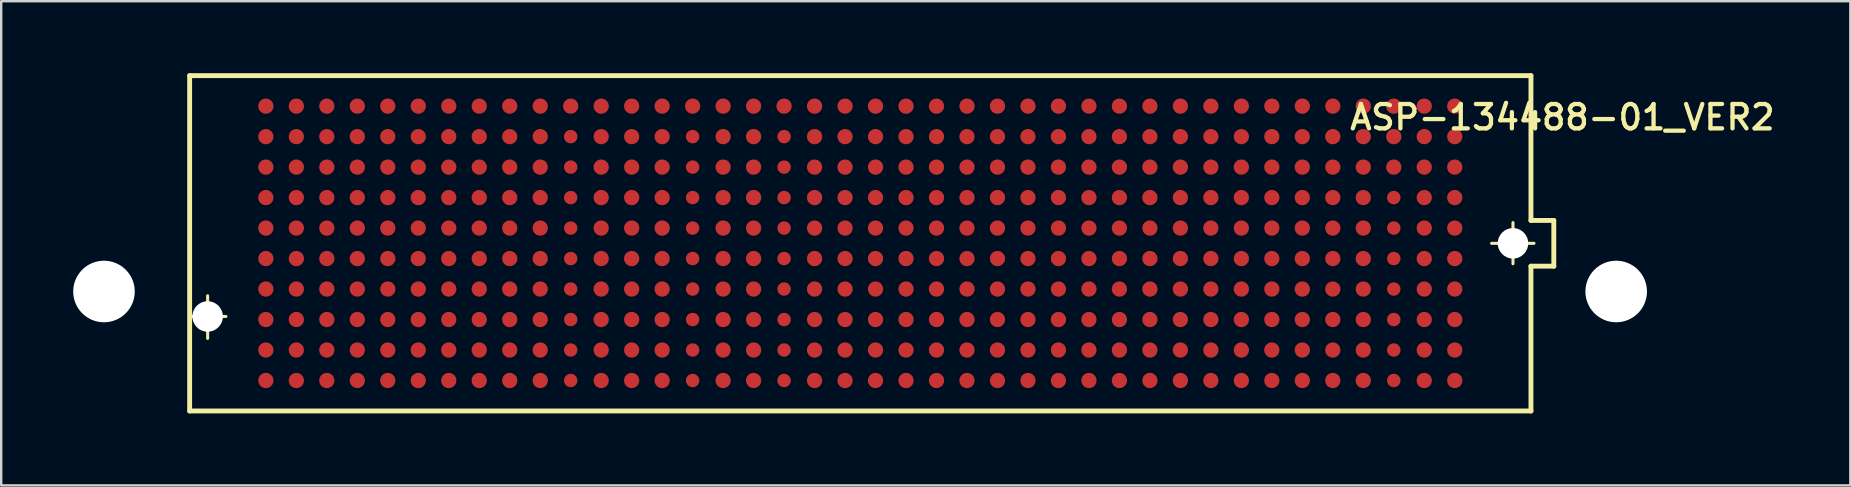
<source format=kicad_pcb>
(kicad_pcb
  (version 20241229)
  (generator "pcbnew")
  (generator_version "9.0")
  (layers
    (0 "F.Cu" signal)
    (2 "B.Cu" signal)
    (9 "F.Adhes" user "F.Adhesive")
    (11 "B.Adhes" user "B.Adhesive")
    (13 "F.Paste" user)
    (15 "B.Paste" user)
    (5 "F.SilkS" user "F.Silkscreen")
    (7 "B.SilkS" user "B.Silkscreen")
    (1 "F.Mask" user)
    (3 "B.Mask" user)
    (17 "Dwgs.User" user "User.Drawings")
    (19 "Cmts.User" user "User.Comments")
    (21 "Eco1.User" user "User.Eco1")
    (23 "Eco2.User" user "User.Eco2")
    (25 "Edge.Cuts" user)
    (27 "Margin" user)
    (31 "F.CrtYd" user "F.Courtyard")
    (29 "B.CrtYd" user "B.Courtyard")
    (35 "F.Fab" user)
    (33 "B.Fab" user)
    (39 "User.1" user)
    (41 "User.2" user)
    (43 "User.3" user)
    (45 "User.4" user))
  (footprint "ASP-134488-01_VER2"
    (layer "F.Cu")
    (at 32.791 7.087)
    (property "Reference" "ASP-134488-01_VER2" (at 29.25 -5.25 0) (layer "F.SilkS") (effects (font (size 1.016 1.016) (thickness 0.178))))
    (attr smd)
    (fp_line (start -27.94 -6.985) (end 27.94 -6.985) (stroke (width 0.203) (type solid)) (layer "F.SilkS"))
    (fp_line (start -27.94 6.985) (end -27.94 -6.985) (stroke (width 0.203) (type solid)) (layer "F.SilkS"))
    (fp_line (start -27.826 3.048) (end -26.429 3.048) (stroke (width 0.127) (type solid)) (layer "F.SilkS"))
    (fp_line (start -27.191 3.962) (end -27.191 2.184) (stroke (width 0.127) (type solid)) (layer "F.SilkS"))
    (fp_line (start 26.302 0) (end 28.067 0) (stroke (width 0.127) (type solid)) (layer "F.SilkS"))
    (fp_line (start 27.191 0.851) (end 27.191 -0.864) (stroke (width 0.127) (type solid)) (layer "F.SilkS"))
    (fp_line (start 27.94 -6.985) (end 27.94 -0.953) (stroke (width 0.203) (type solid)) (layer "F.SilkS"))
    (fp_line (start 27.94 -0.953) (end 28.892 -0.953) (stroke (width 0.203) (type solid)) (layer "F.SilkS"))
    (fp_line (start 27.94 0.953) (end 27.94 6.985) (stroke (width 0.203) (type solid)) (layer "F.SilkS"))
    (fp_line (start 27.94 6.985) (end -27.94 6.985) (stroke (width 0.203) (type solid)) (layer "F.SilkS"))
    (fp_line (start 28.892 -0.953) (end 28.892 0.953) (stroke (width 0.203) (type solid)) (layer "F.SilkS"))
    (fp_line (start 28.892 0.953) (end 27.94 0.953) (stroke (width 0.203) (type solid)) (layer "F.SilkS"))
    (fp_circle (center -27.191 3.048) (end -27.508 3.365) (stroke (width 0.127) (type solid)) (fill no) (layer "F.SilkS"))
    (fp_circle (center 27.191 0) (end 27.508 0.318) (stroke (width 0.127) (type solid)) (fill no) (layer "F.SilkS"))
    (pad "" np_thru_hole circle (at -31.509 2.007) (size 2.565 2.565) (drill 2.565) (layers "*.Cu" "*.Mask"))
    (pad "" np_thru_hole circle (at -27.191 3.048) (size 1.27 1.27) (drill 1.27) (layers "*.Cu" "*.Mask"))
    (pad "" np_thru_hole circle (at 27.191 0) (size 1.27 1.27) (drill 1.27) (layers "*.Cu" "*.Mask"))
    (pad "" np_thru_hole circle (at 31.491 2.007) (size 2.565 2.565) (drill 2.565) (layers "*.Cu" "*.Mask"))
    (pad "A1" smd circle (at 24.765 -5.715) (size 0.635 0.635) (layers "F.Cu" "F.Mask" "F.Paste"))
    (pad "A2" smd circle (at 23.495 -5.715) (size 0.635 0.635) (layers "F.Cu" "F.Mask" "F.Paste"))
    (pad "A3" smd circle (at 22.225 -5.715) (size 0.635 0.635) (layers "F.Cu" "F.Mask" "F.Paste"))
    (pad "A4" smd circle (at 20.955 -5.715) (size 0.635 0.635) (layers "F.Cu" "F.Mask" "F.Paste"))
    (pad "A5" smd circle (at 19.685 -5.715) (size 0.635 0.635) (layers "F.Cu" "F.Mask" "F.Paste"))
    (pad "A6" smd circle (at 18.415 -5.715) (size 0.635 0.635) (layers "F.Cu" "F.Mask" "F.Paste"))
    (pad "A7" smd circle (at 17.145 -5.715) (size 0.635 0.635) (layers "F.Cu" "F.Mask" "F.Paste"))
    (pad "A8" smd circle (at 15.875 -5.715) (size 0.635 0.635) (layers "F.Cu" "F.Mask" "F.Paste"))
    (pad "A9" smd circle (at 14.605 -5.715) (size 0.635 0.635) (layers "F.Cu" "F.Mask" "F.Paste"))
    (pad "A10" smd circle (at 13.335 -5.715) (size 0.635 0.635) (layers "F.Cu" "F.Mask" "F.Paste"))
    (pad "A11" smd circle (at 12.065 -5.715) (size 0.635 0.635) (layers "F.Cu" "F.Mask" "F.Paste"))
    (pad "A12" smd circle (at 10.795 -5.715) (size 0.635 0.635) (layers "F.Cu" "F.Mask" "F.Paste"))
    (pad "A13" smd circle (at 9.525 -5.715) (size 0.635 0.635) (layers "F.Cu" "F.Mask" "F.Paste"))
    (pad "A14" smd circle (at 8.255 -5.715) (size 0.635 0.635) (layers "F.Cu" "F.Mask" "F.Paste"))
    (pad "A15" smd circle (at 6.985 -5.715) (size 0.635 0.635) (layers "F.Cu" "F.Mask" "F.Paste"))
    (pad "A16" smd circle (at 5.715 -5.715) (size 0.635 0.635) (layers "F.Cu" "F.Mask" "F.Paste"))
    (pad "A17" smd circle (at 4.445 -5.715) (size 0.635 0.635) (layers "F.Cu" "F.Mask" "F.Paste"))
    (pad "A18" smd circle (at 3.175 -5.715) (size 0.635 0.635) (layers "F.Cu" "F.Mask" "F.Paste"))
    (pad "A19" smd circle (at 1.905 -5.715) (size 0.635 0.635) (layers "F.Cu" "F.Mask" "F.Paste"))
    (pad "A20" smd circle (at 0.635 -5.715) (size 0.635 0.635) (layers "F.Cu" "F.Mask" "F.Paste"))
    (pad "A21" smd circle (at -0.635 -5.715) (size 0.635 0.635) (layers "F.Cu" "F.Mask" "F.Paste"))
    (pad "A22" smd circle (at -1.905 -5.715) (size 0.635 0.635) (layers "F.Cu" "F.Mask" "F.Paste"))
    (pad "A23" smd circle (at -3.175 -5.715) (size 0.635 0.635) (layers "F.Cu" "F.Mask" "F.Paste"))
    (pad "A24" smd circle (at -4.445 -5.715) (size 0.635 0.635) (layers "F.Cu" "F.Mask" "F.Paste"))
    (pad "A25" smd circle (at -5.715 -5.715) (size 0.635 0.635) (layers "F.Cu" "F.Mask" "F.Paste"))
    (pad "A26" smd circle (at -6.985 -5.715) (size 0.635 0.635) (layers "F.Cu" "F.Mask" "F.Paste"))
    (pad "A27" smd circle (at -8.255 -5.715) (size 0.635 0.635) (layers "F.Cu" "F.Mask" "F.Paste"))
    (pad "A28" smd circle (at -9.525 -5.715) (size 0.635 0.635) (layers "F.Cu" "F.Mask" "F.Paste"))
    (pad "A29" smd circle (at -10.795 -5.715) (size 0.635 0.635) (layers "F.Cu" "F.Mask" "F.Paste"))
    (pad "A30" smd circle (at -12.065 -5.715) (size 0.635 0.635) (layers "F.Cu" "F.Mask" "F.Paste"))
    (pad "A31" smd circle (at -13.335 -5.715) (size 0.635 0.635) (layers "F.Cu" "F.Mask" "F.Paste"))
    (pad "A32" smd circle (at -14.605 -5.715) (size 0.635 0.635) (layers "F.Cu" "F.Mask" "F.Paste"))
    (pad "A33" smd circle (at -15.875 -5.715) (size 0.635 0.635) (layers "F.Cu" "F.Mask" "F.Paste"))
    (pad "A34" smd circle (at -17.145 -5.715) (size 0.635 0.635) (layers "F.Cu" "F.Mask" "F.Paste"))
    (pad "A35" smd circle (at -18.415 -5.715) (size 0.635 0.635) (layers "F.Cu" "F.Mask" "F.Paste"))
    (pad "A36" smd circle (at -19.685 -5.715) (size 0.635 0.635) (layers "F.Cu" "F.Mask" "F.Paste"))
    (pad "A37" smd circle (at -20.955 -5.715) (size 0.635 0.635) (layers "F.Cu" "F.Mask" "F.Paste"))
    (pad "A38" smd circle (at -22.225 -5.715) (size 0.635 0.635) (layers "F.Cu" "F.Mask" "F.Paste"))
    (pad "A39" smd circle (at -23.495 -5.715) (size 0.635 0.635) (layers "F.Cu" "F.Mask" "F.Paste"))
    (pad "A40" smd circle (at -24.765 -5.715) (size 0.635 0.635) (layers "F.Cu" "F.Mask" "F.Paste"))
    (pad "B1" smd circle (at 24.765 -4.445) (size 0.635 0.635) (layers "F.Cu" "F.Mask" "F.Paste"))
    (pad "B2" smd circle (at 23.495 -4.445) (size 0.635 0.635) (layers "F.Cu" "F.Mask" "F.Paste"))
    (pad "B3" smd circle (at 22.225 -4.445) (size 0.635 0.635) (layers "F.Cu" "F.Mask" "F.Paste"))
    (pad "B4" smd circle (at 20.955 -4.445) (size 0.635 0.635) (layers "F.Cu" "F.Mask" "F.Paste"))
    (pad "B5" smd circle (at 19.685 -4.445) (size 0.635 0.635) (layers "F.Cu" "F.Mask" "F.Paste"))
    (pad "B6" smd circle (at 18.415 -4.445) (size 0.635 0.635) (layers "F.Cu" "F.Mask" "F.Paste"))
    (pad "B7" smd circle (at 17.145 -4.445) (size 0.635 0.635) (layers "F.Cu" "F.Mask" "F.Paste"))
    (pad "B8" smd circle (at 15.875 -4.445) (size 0.635 0.635) (layers "F.Cu" "F.Mask" "F.Paste"))
    (pad "B9" smd circle (at 14.605 -4.445) (size 0.635 0.635) (layers "F.Cu" "F.Mask" "F.Paste"))
    (pad "B10" smd circle (at 13.335 -4.445) (size 0.635 0.635) (layers "F.Cu" "F.Mask" "F.Paste"))
    (pad "B11" smd circle (at 12.065 -4.445) (size 0.635 0.635) (layers "F.Cu" "F.Mask" "F.Paste"))
    (pad "B12" smd circle (at 10.795 -4.445) (size 0.635 0.635) (layers "F.Cu" "F.Mask" "F.Paste"))
    (pad "B13" smd circle (at 9.525 -4.445) (size 0.635 0.635) (layers "F.Cu" "F.Mask" "F.Paste"))
    (pad "B14" smd circle (at 8.255 -4.445) (size 0.635 0.635) (layers "F.Cu" "F.Mask" "F.Paste"))
    (pad "B15" smd circle (at 6.985 -4.445) (size 0.635 0.635) (layers "F.Cu" "F.Mask" "F.Paste"))
    (pad "B16" smd circle (at 5.715 -4.445) (size 0.635 0.635) (layers "F.Cu" "F.Mask" "F.Paste"))
    (pad "B17" smd circle (at 4.445 -4.445) (size 0.635 0.635) (layers "F.Cu" "F.Mask" "F.Paste"))
    (pad "B18" smd circle (at 3.175 -4.445) (size 0.635 0.635) (layers "F.Cu" "F.Mask" "F.Paste"))
    (pad "B19" smd circle (at 1.905 -4.445) (size 0.635 0.635) (layers "F.Cu" "F.Mask" "F.Paste"))
    (pad "B20" smd circle (at 0.635 -4.445) (size 0.635 0.635) (layers "F.Cu" "F.Mask" "F.Paste"))
    (pad "B21" smd circle (at -0.635 -4.445) (size 0.635 0.635) (layers "F.Cu" "F.Mask" "F.Paste"))
    (pad "B22" smd circle (at -1.905 -4.445) (size 0.635 0.635) (layers "F.Cu" "F.Mask" "F.Paste"))
    (pad "B23" smd circle (at -3.175 -4.445) (size 0.559 0.559) (layers "F.Cu" "F.Mask" "F.Paste"))
    (pad "B24" smd circle (at -4.445 -4.445) (size 0.635 0.635) (layers "F.Cu" "F.Mask" "F.Paste"))
    (pad "B25" smd circle (at -5.715 -4.445) (size 0.635 0.635) (layers "F.Cu" "F.Mask" "F.Paste"))
    (pad "B26" smd circle (at -6.985 -4.445) (size 0.559 0.559) (layers "F.Cu" "F.Mask" "F.Paste"))
    (pad "B27" smd circle (at -8.255 -4.445) (size 0.635 0.635) (layers "F.Cu" "F.Mask" "F.Paste"))
    (pad "B28" smd circle (at -9.525 -4.445) (size 0.635 0.635) (layers "F.Cu" "F.Mask" "F.Paste"))
    (pad "B29" smd circle (at -10.795 -4.445) (size 0.635 0.635) (layers "F.Cu" "F.Mask" "F.Paste"))
    (pad "B30" smd circle (at -12.065 -4.445) (size 0.559 0.559) (layers "F.Cu" "F.Mask" "F.Paste"))
    (pad "B31" smd circle (at -13.335 -4.445) (size 0.635 0.635) (layers "F.Cu" "F.Mask" "F.Paste"))
    (pad "B32" smd circle (at -14.605 -4.445) (size 0.635 0.635) (layers "F.Cu" "F.Mask" "F.Paste"))
    (pad "B33" smd circle (at -15.875 -4.445) (size 0.635 0.635) (layers "F.Cu" "F.Mask" "F.Paste"))
    (pad "B34" smd circle (at -17.145 -4.445) (size 0.635 0.635) (layers "F.Cu" "F.Mask" "F.Paste"))
    (pad "B35" smd circle (at -18.415 -4.445) (size 0.635 0.635) (layers "F.Cu" "F.Mask" "F.Paste"))
    (pad "B36" smd circle (at -19.685 -4.445) (size 0.635 0.635) (layers "F.Cu" "F.Mask" "F.Paste"))
    (pad "B37" smd circle (at -20.955 -4.445) (size 0.635 0.635) (layers "F.Cu" "F.Mask" "F.Paste"))
    (pad "B38" smd circle (at -22.225 -4.445) (size 0.635 0.635) (layers "F.Cu" "F.Mask" "F.Paste"))
    (pad "B39" smd circle (at -23.495 -4.445) (size 0.635 0.635) (layers "F.Cu" "F.Mask" "F.Paste"))
    (pad "B40" smd circle (at -24.765 -4.445) (size 0.635 0.635) (layers "F.Cu" "F.Mask" "F.Paste"))
    (pad "C1" smd circle (at 24.765 -3.175) (size 0.635 0.635) (layers "F.Cu" "F.Mask" "F.Paste"))
    (pad "C2" smd circle (at 23.495 -3.175) (size 0.635 0.635) (layers "F.Cu" "F.Mask" "F.Paste"))
    (pad "C3" smd circle (at 22.225 -3.175) (size 0.635 0.635) (layers "F.Cu" "F.Mask" "F.Paste"))
    (pad "C4" smd circle (at 20.955 -3.175) (size 0.635 0.635) (layers "F.Cu" "F.Mask" "F.Paste"))
    (pad "C5" smd circle (at 19.685 -3.175) (size 0.635 0.635) (layers "F.Cu" "F.Mask" "F.Paste"))
    (pad "C6" smd circle (at 18.415 -3.175) (size 0.635 0.635) (layers "F.Cu" "F.Mask" "F.Paste"))
    (pad "C7" smd circle (at 17.145 -3.175) (size 0.635 0.635) (layers "F.Cu" "F.Mask" "F.Paste"))
    (pad "C8" smd circle (at 15.875 -3.175) (size 0.635 0.635) (layers "F.Cu" "F.Mask" "F.Paste"))
    (pad "C9" smd circle (at 14.605 -3.175) (size 0.635 0.635) (layers "F.Cu" "F.Mask" "F.Paste"))
    (pad "C10" smd circle (at 13.335 -3.175) (size 0.635 0.635) (layers "F.Cu" "F.Mask" "F.Paste"))
    (pad "C11" smd circle (at 12.065 -3.175) (size 0.635 0.635) (layers "F.Cu" "F.Mask" "F.Paste"))
    (pad "C12" smd circle (at 10.795 -3.175) (size 0.635 0.635) (layers "F.Cu" "F.Mask" "F.Paste"))
    (pad "C13" smd circle (at 9.525 -3.175) (size 0.635 0.635) (layers "F.Cu" "F.Mask" "F.Paste"))
    (pad "C14" smd circle (at 8.255 -3.175) (size 0.635 0.635) (layers "F.Cu" "F.Mask" "F.Paste"))
    (pad "C15" smd circle (at 6.985 -3.175) (size 0.635 0.635) (layers "F.Cu" "F.Mask" "F.Paste"))
    (pad "C16" smd circle (at 5.715 -3.175) (size 0.635 0.635) (layers "F.Cu" "F.Mask" "F.Paste"))
    (pad "C17" smd circle (at 4.445 -3.175) (size 0.635 0.635) (layers "F.Cu" "F.Mask" "F.Paste"))
    (pad "C18" smd circle (at 3.175 -3.175) (size 0.635 0.635) (layers "F.Cu" "F.Mask" "F.Paste"))
    (pad "C19" smd circle (at 1.905 -3.175) (size 0.635 0.635) (layers "F.Cu" "F.Mask" "F.Paste"))
    (pad "C20" smd circle (at 0.635 -3.175) (size 0.635 0.635) (layers "F.Cu" "F.Mask" "F.Paste"))
    (pad "C21" smd circle (at -0.635 -3.175) (size 0.635 0.635) (layers "F.Cu" "F.Mask" "F.Paste"))
    (pad "C22" smd circle (at -1.905 -3.175) (size 0.635 0.635) (layers "F.Cu" "F.Mask" "F.Paste"))
    (pad "C23" smd circle (at -3.175 -3.175) (size 0.559 0.559) (layers "F.Cu" "F.Mask" "F.Paste"))
    (pad "C24" smd circle (at -4.445 -3.175) (size 0.635 0.635) (layers "F.Cu" "F.Mask" "F.Paste"))
    (pad "C25" smd circle (at -5.715 -3.175) (size 0.635 0.635) (layers "F.Cu" "F.Mask" "F.Paste"))
    (pad "C26" smd circle (at -6.985 -3.175) (size 0.559 0.559) (layers "F.Cu" "F.Mask" "F.Paste"))
    (pad "C27" smd circle (at -8.255 -3.175) (size 0.635 0.635) (layers "F.Cu" "F.Mask" "F.Paste"))
    (pad "C28" smd circle (at -9.525 -3.175) (size 0.635 0.635) (layers "F.Cu" "F.Mask" "F.Paste"))
    (pad "C29" smd circle (at -10.795 -3.175) (size 0.635 0.635) (layers "F.Cu" "F.Mask" "F.Paste"))
    (pad "C30" smd circle (at -12.065 -3.175) (size 0.559 0.559) (layers "F.Cu" "F.Mask" "F.Paste"))
    (pad "C31" smd circle (at -13.335 -3.175) (size 0.635 0.635) (layers "F.Cu" "F.Mask" "F.Paste"))
    (pad "C32" smd circle (at -14.605 -3.175) (size 0.635 0.635) (layers "F.Cu" "F.Mask" "F.Paste"))
    (pad "C33" smd circle (at -15.875 -3.175) (size 0.635 0.635) (layers "F.Cu" "F.Mask" "F.Paste"))
    (pad "C34" smd circle (at -17.145 -3.175) (size 0.635 0.635) (layers "F.Cu" "F.Mask" "F.Paste"))
    (pad "C35" smd circle (at -18.415 -3.175) (size 0.635 0.635) (layers "F.Cu" "F.Mask" "F.Paste"))
    (pad "C36" smd circle (at -19.685 -3.175) (size 0.635 0.635) (layers "F.Cu" "F.Mask" "F.Paste"))
    (pad "C37" smd circle (at -20.955 -3.175) (size 0.635 0.635) (layers "F.Cu" "F.Mask" "F.Paste"))
    (pad "C38" smd circle (at -22.225 -3.175) (size 0.635 0.635) (layers "F.Cu" "F.Mask" "F.Paste"))
    (pad "C39" smd circle (at -23.495 -3.175) (size 0.635 0.635) (layers "F.Cu" "F.Mask" "F.Paste"))
    (pad "C40" smd circle (at -24.765 -3.175) (size 0.635 0.635) (layers "F.Cu" "F.Mask" "F.Paste"))
    (pad "D1" smd circle (at 24.765 -1.905) (size 0.635 0.635) (layers "F.Cu" "F.Mask" "F.Paste"))
    (pad "D2" smd circle (at 23.495 -1.905) (size 0.635 0.635) (layers "F.Cu" "F.Mask" "F.Paste"))
    (pad "D3" smd circle (at 22.225 -1.905) (size 0.559 0.559) (layers "F.Cu" "F.Mask" "F.Paste"))
    (pad "D4" smd circle (at 20.955 -1.905) (size 0.635 0.635) (layers "F.Cu" "F.Mask" "F.Paste"))
    (pad "D5" smd circle (at 19.685 -1.905) (size 0.635 0.635) (layers "F.Cu" "F.Mask" "F.Paste"))
    (pad "D6" smd circle (at 18.415 -1.905) (size 0.635 0.635) (layers "F.Cu" "F.Mask" "F.Paste"))
    (pad "D7" smd circle (at 17.145 -1.905) (size 0.635 0.635) (layers "F.Cu" "F.Mask" "F.Paste"))
    (pad "D8" smd circle (at 15.875 -1.905) (size 0.635 0.635) (layers "F.Cu" "F.Mask" "F.Paste"))
    (pad "D9" smd circle (at 14.605 -1.905) (size 0.635 0.635) (layers "F.Cu" "F.Mask" "F.Paste"))
    (pad "D10" smd circle (at 13.335 -1.905) (size 0.635 0.635) (layers "F.Cu" "F.Mask" "F.Paste"))
    (pad "D11" smd circle (at 12.065 -1.905) (size 0.635 0.635) (layers "F.Cu" "F.Mask" "F.Paste"))
    (pad "D12" smd circle (at 10.795 -1.905) (size 0.635 0.635) (layers "F.Cu" "F.Mask" "F.Paste"))
    (pad "D13" smd circle (at 9.525 -1.905) (size 0.635 0.635) (layers "F.Cu" "F.Mask" "F.Paste"))
    (pad "D14" smd circle (at 8.255 -1.905) (size 0.635 0.635) (layers "F.Cu" "F.Mask" "F.Paste"))
    (pad "D15" smd circle (at 6.985 -1.905) (size 0.635 0.635) (layers "F.Cu" "F.Mask" "F.Paste"))
    (pad "D16" smd circle (at 5.715 -1.905) (size 0.635 0.635) (layers "F.Cu" "F.Mask" "F.Paste"))
    (pad "D17" smd circle (at 4.445 -1.905) (size 0.635 0.635) (layers "F.Cu" "F.Mask" "F.Paste"))
    (pad "D18" smd circle (at 3.175 -1.905) (size 0.635 0.635) (layers "F.Cu" "F.Mask" "F.Paste"))
    (pad "D19" smd circle (at 1.905 -1.905) (size 0.635 0.635) (layers "F.Cu" "F.Mask" "F.Paste"))
    (pad "D20" smd circle (at 0.635 -1.905) (size 0.635 0.635) (layers "F.Cu" "F.Mask" "F.Paste"))
    (pad "D21" smd circle (at -0.635 -1.905) (size 0.635 0.635) (layers "F.Cu" "F.Mask" "F.Paste"))
    (pad "D22" smd circle (at -1.905 -1.905) (size 0.635 0.635) (layers "F.Cu" "F.Mask" "F.Paste"))
    (pad "D23" smd circle (at -3.175 -1.905) (size 0.559 0.559) (layers "F.Cu" "F.Mask" "F.Paste"))
    (pad "D24" smd circle (at -4.445 -1.905) (size 0.635 0.635) (layers "F.Cu" "F.Mask" "F.Paste"))
    (pad "D25" smd circle (at -5.715 -1.905) (size 0.635 0.635) (layers "F.Cu" "F.Mask" "F.Paste"))
    (pad "D26" smd circle (at -6.985 -1.905) (size 0.559 0.559) (layers "F.Cu" "F.Mask" "F.Paste"))
    (pad "D27" smd circle (at -8.255 -1.905) (size 0.635 0.635) (layers "F.Cu" "F.Mask" "F.Paste"))
    (pad "D28" smd circle (at -9.525 -1.905) (size 0.635 0.635) (layers "F.Cu" "F.Mask" "F.Paste"))
    (pad "D29" smd circle (at -10.795 -1.905) (size 0.635 0.635) (layers "F.Cu" "F.Mask" "F.Paste"))
    (pad "D30" smd circle (at -12.065 -1.905) (size 0.559 0.559) (layers "F.Cu" "F.Mask" "F.Paste"))
    (pad "D31" smd circle (at -13.335 -1.905) (size 0.635 0.635) (layers "F.Cu" "F.Mask" "F.Paste"))
    (pad "D32" smd circle (at -14.605 -1.905) (size 0.635 0.635) (layers "F.Cu" "F.Mask" "F.Paste"))
    (pad "D33" smd circle (at -15.875 -1.905) (size 0.635 0.635) (layers "F.Cu" "F.Mask" "F.Paste"))
    (pad "D34" smd circle (at -17.145 -1.905) (size 0.635 0.635) (layers "F.Cu" "F.Mask" "F.Paste"))
    (pad "D35" smd circle (at -18.415 -1.905) (size 0.635 0.635) (layers "F.Cu" "F.Mask" "F.Paste"))
    (pad "D36" smd circle (at -19.685 -1.905) (size 0.635 0.635) (layers "F.Cu" "F.Mask" "F.Paste"))
    (pad "D37" smd circle (at -20.955 -1.905) (size 0.635 0.635) (layers "F.Cu" "F.Mask" "F.Paste"))
    (pad "D38" smd circle (at -22.225 -1.905) (size 0.635 0.635) (layers "F.Cu" "F.Mask" "F.Paste"))
    (pad "D39" smd circle (at -23.495 -1.905) (size 0.635 0.635) (layers "F.Cu" "F.Mask" "F.Paste"))
    (pad "D40" smd circle (at -24.765 -1.905) (size 0.635 0.635) (layers "F.Cu" "F.Mask" "F.Paste"))
    (pad "E1" smd circle (at 24.765 -0.635) (size 0.635 0.635) (layers "F.Cu" "F.Mask" "F.Paste"))
    (pad "E2" smd circle (at 23.495 -0.635) (size 0.635 0.635) (layers "F.Cu" "F.Mask" "F.Paste"))
    (pad "E3" smd circle (at 22.225 -0.635 90) (size 0.559 0.559) (layers "F.Cu" "F.Mask" "F.Paste"))
    (pad "E4" smd circle (at 20.955 -0.635) (size 0.635 0.635) (layers "F.Cu" "F.Mask" "F.Paste"))
    (pad "E5" smd circle (at 19.685 -0.635) (size 0.635 0.635) (layers "F.Cu" "F.Mask" "F.Paste"))
    (pad "E6" smd circle (at 18.415 -0.635) (size 0.635 0.635) (layers "F.Cu" "F.Mask" "F.Paste"))
    (pad "E7" smd circle (at 17.145 -0.635) (size 0.635 0.635) (layers "F.Cu" "F.Mask" "F.Paste"))
    (pad "E8" smd circle (at 15.875 -0.635) (size 0.635 0.635) (layers "F.Cu" "F.Mask" "F.Paste"))
    (pad "E9" smd circle (at 14.605 -0.635) (size 0.635 0.635) (layers "F.Cu" "F.Mask" "F.Paste"))
    (pad "E10" smd circle (at 13.335 -0.635) (size 0.635 0.635) (layers "F.Cu" "F.Mask" "F.Paste"))
    (pad "E11" smd circle (at 12.065 -0.635) (size 0.635 0.635) (layers "F.Cu" "F.Mask" "F.Paste"))
    (pad "E12" smd circle (at 10.795 -0.635) (size 0.635 0.635) (layers "F.Cu" "F.Mask" "F.Paste"))
    (pad "E13" smd circle (at 9.525 -0.635) (size 0.635 0.635) (layers "F.Cu" "F.Mask" "F.Paste"))
    (pad "E14" smd circle (at 8.255 -0.635) (size 0.635 0.635) (layers "F.Cu" "F.Mask" "F.Paste"))
    (pad "E15" smd circle (at 6.985 -0.635) (size 0.635 0.635) (layers "F.Cu" "F.Mask" "F.Paste"))
    (pad "E16" smd circle (at 5.715 -0.635) (size 0.635 0.635) (layers "F.Cu" "F.Mask" "F.Paste"))
    (pad "E17" smd circle (at 4.445 -0.635) (size 0.635 0.635) (layers "F.Cu" "F.Mask" "F.Paste"))
    (pad "E18" smd circle (at 3.175 -0.635) (size 0.635 0.635) (layers "F.Cu" "F.Mask" "F.Paste"))
    (pad "E19" smd circle (at 1.905 -0.635) (size 0.635 0.635) (layers "F.Cu" "F.Mask" "F.Paste"))
    (pad "E20" smd circle (at 0.635 -0.635) (size 0.635 0.635) (layers "F.Cu" "F.Mask" "F.Paste"))
    (pad "E21" smd circle (at -0.635 -0.635) (size 0.635 0.635) (layers "F.Cu" "F.Mask" "F.Paste"))
    (pad "E22" smd circle (at -1.905 -0.635) (size 0.635 0.635) (layers "F.Cu" "F.Mask" "F.Paste"))
    (pad "E23" smd circle (at -3.175 -0.635) (size 0.559 0.559) (layers "F.Cu" "F.Mask" "F.Paste"))
    (pad "E24" smd circle (at -4.445 -0.635) (size 0.635 0.635) (layers "F.Cu" "F.Mask" "F.Paste"))
    (pad "E25" smd circle (at -5.715 -0.635) (size 0.635 0.635) (layers "F.Cu" "F.Mask" "F.Paste"))
    (pad "E26" smd circle (at -6.985 -0.635) (size 0.559 0.559) (layers "F.Cu" "F.Mask" "F.Paste"))
    (pad "E27" smd circle (at -8.255 -0.635) (size 0.635 0.635) (layers "F.Cu" "F.Mask" "F.Paste"))
    (pad "E28" smd circle (at -9.525 -0.635) (size 0.635 0.635) (layers "F.Cu" "F.Mask" "F.Paste"))
    (pad "E29" smd circle (at -10.795 -0.635) (size 0.635 0.635) (layers "F.Cu" "F.Mask" "F.Paste"))
    (pad "E30" smd circle (at -12.065 -0.635) (size 0.559 0.559) (layers "F.Cu" "F.Mask" "F.Paste"))
    (pad "E31" smd circle (at -13.335 -0.635) (size 0.635 0.635) (layers "F.Cu" "F.Mask" "F.Paste"))
    (pad "E32" smd circle (at -14.605 -0.635) (size 0.635 0.635) (layers "F.Cu" "F.Mask" "F.Paste"))
    (pad "E33" smd circle (at -15.875 -0.635) (size 0.635 0.635) (layers "F.Cu" "F.Mask" "F.Paste"))
    (pad "E34" smd circle (at -17.145 -0.635) (size 0.635 0.635) (layers "F.Cu" "F.Mask" "F.Paste"))
    (pad "E35" smd circle (at -18.415 -0.635) (size 0.635 0.635) (layers "F.Cu" "F.Mask" "F.Paste"))
    (pad "E36" smd circle (at -19.685 -0.635) (size 0.635 0.635) (layers "F.Cu" "F.Mask" "F.Paste"))
    (pad "E37" smd circle (at -20.955 -0.635) (size 0.635 0.635) (layers "F.Cu" "F.Mask" "F.Paste"))
    (pad "E38" smd circle (at -22.225 -0.635) (size 0.635 0.635) (layers "F.Cu" "F.Mask" "F.Paste"))
    (pad "E39" smd circle (at -23.495 -0.635) (size 0.635 0.635) (layers "F.Cu" "F.Mask" "F.Paste"))
    (pad "E40" smd circle (at -24.765 -0.635) (size 0.635 0.635) (layers "F.Cu" "F.Mask" "F.Paste"))
    (pad "F1" smd circle (at 24.765 0.635) (size 0.635 0.635) (layers "F.Cu" "F.Mask" "F.Paste"))
    (pad "F2" smd circle (at 23.495 0.635) (size 0.635 0.635) (layers "F.Cu" "F.Mask" "F.Paste"))
    (pad "F3" smd circle (at 22.225 0.635) (size 0.559 0.559) (layers "F.Cu" "F.Mask" "F.Paste"))
    (pad "F4" smd circle (at 20.955 0.635) (size 0.635 0.635) (layers "F.Cu" "F.Mask" "F.Paste"))
    (pad "F5" smd circle (at 19.685 0.635) (size 0.635 0.635) (layers "F.Cu" "F.Mask" "F.Paste"))
    (pad "F6" smd circle (at 18.415 0.635) (size 0.635 0.635) (layers "F.Cu" "F.Mask" "F.Paste"))
    (pad "F7" smd circle (at 17.145 0.635) (size 0.635 0.635) (layers "F.Cu" "F.Mask" "F.Paste"))
    (pad "F8" smd circle (at 15.875 0.635) (size 0.635 0.635) (layers "F.Cu" "F.Mask" "F.Paste"))
    (pad "F9" smd circle (at 14.605 0.635) (size 0.635 0.635) (layers "F.Cu" "F.Mask" "F.Paste"))
    (pad "F10" smd circle (at 13.335 0.635) (size 0.635 0.635) (layers "F.Cu" "F.Mask" "F.Paste"))
    (pad "F11" smd circle (at 12.065 0.635) (size 0.635 0.635) (layers "F.Cu" "F.Mask" "F.Paste"))
    (pad "F12" smd circle (at 10.795 0.635) (size 0.635 0.635) (layers "F.Cu" "F.Mask" "F.Paste"))
    (pad "F13" smd circle (at 9.525 0.635) (size 0.635 0.635) (layers "F.Cu" "F.Mask" "F.Paste"))
    (pad "F14" smd circle (at 8.255 0.635) (size 0.635 0.635) (layers "F.Cu" "F.Mask" "F.Paste"))
    (pad "F15" smd circle (at 6.985 0.635) (size 0.635 0.635) (layers "F.Cu" "F.Mask" "F.Paste"))
    (pad "F16" smd circle (at 5.715 0.635) (size 0.635 0.635) (layers "F.Cu" "F.Mask" "F.Paste"))
    (pad "F17" smd circle (at 4.445 0.635) (size 0.635 0.635) (layers "F.Cu" "F.Mask" "F.Paste"))
    (pad "F18" smd circle (at 3.175 0.635) (size 0.635 0.635) (layers "F.Cu" "F.Mask" "F.Paste"))
    (pad "F19" smd circle (at 1.905 0.635) (size 0.635 0.635) (layers "F.Cu" "F.Mask" "F.Paste"))
    (pad "F20" smd circle (at 0.635 0.635) (size 0.635 0.635) (layers "F.Cu" "F.Mask" "F.Paste"))
    (pad "F21" smd circle (at -0.635 0.635) (size 0.635 0.635) (layers "F.Cu" "F.Mask" "F.Paste"))
    (pad "F22" smd circle (at -1.905 0.635) (size 0.635 0.635) (layers "F.Cu" "F.Mask" "F.Paste"))
    (pad "F23" smd circle (at -3.175 0.635) (size 0.559 0.559) (layers "F.Cu" "F.Mask" "F.Paste"))
    (pad "F24" smd circle (at -4.445 0.635) (size 0.635 0.635) (layers "F.Cu" "F.Mask" "F.Paste"))
    (pad "F25" smd circle (at -5.715 0.635) (size 0.635 0.635) (layers "F.Cu" "F.Mask" "F.Paste"))
    (pad "F26" smd circle (at -6.985 0.635) (size 0.559 0.559) (layers "F.Cu" "F.Mask" "F.Paste"))
    (pad "F27" smd circle (at -8.255 0.635) (size 0.635 0.635) (layers "F.Cu" "F.Mask" "F.Paste"))
    (pad "F28" smd circle (at -9.525 0.635) (size 0.635 0.635) (layers "F.Cu" "F.Mask" "F.Paste"))
    (pad "F29" smd circle (at -10.795 0.635) (size 0.635 0.635) (layers "F.Cu" "F.Mask" "F.Paste"))
    (pad "F30" smd circle (at -12.065 0.635) (size 0.559 0.559) (layers "F.Cu" "F.Mask" "F.Paste"))
    (pad "F31" smd circle (at -13.335 0.635) (size 0.635 0.635) (layers "F.Cu" "F.Mask" "F.Paste"))
    (pad "F32" smd circle (at -14.605 0.635) (size 0.635 0.635) (layers "F.Cu" "F.Mask" "F.Paste"))
    (pad "F33" smd circle (at -15.875 0.635) (size 0.635 0.635) (layers "F.Cu" "F.Mask" "F.Paste"))
    (pad "F34" smd circle (at -17.145 0.635) (size 0.635 0.635) (layers "F.Cu" "F.Mask" "F.Paste"))
    (pad "F35" smd circle (at -18.415 0.635) (size 0.635 0.635) (layers "F.Cu" "F.Mask" "F.Paste"))
    (pad "F36" smd circle (at -19.685 0.635) (size 0.635 0.635) (layers "F.Cu" "F.Mask" "F.Paste"))
    (pad "F37" smd circle (at -20.955 0.635) (size 0.635 0.635) (layers "F.Cu" "F.Mask" "F.Paste"))
    (pad "F38" smd circle (at -22.225 0.635) (size 0.635 0.635) (layers "F.Cu" "F.Mask" "F.Paste"))
    (pad "F39" smd circle (at -23.495 0.635) (size 0.635 0.635) (layers "F.Cu" "F.Mask" "F.Paste"))
    (pad "F40" smd circle (at -24.765 0.635) (size 0.635 0.635) (layers "F.Cu" "F.Mask" "F.Paste"))
    (pad "G1" smd circle (at 24.765 1.905) (size 0.635 0.635) (layers "F.Cu" "F.Mask" "F.Paste"))
    (pad "G2" smd circle (at 23.495 1.905) (size 0.635 0.635) (layers "F.Cu" "F.Mask" "F.Paste"))
    (pad "G3" smd circle (at 22.225 1.905) (size 0.559 0.559) (layers "F.Cu" "F.Mask" "F.Paste"))
    (pad "G4" smd circle (at 20.955 1.905) (size 0.635 0.635) (layers "F.Cu" "F.Mask" "F.Paste"))
    (pad "G5" smd circle (at 19.685 1.905) (size 0.635 0.635) (layers "F.Cu" "F.Mask" "F.Paste"))
    (pad "G6" smd circle (at 18.415 1.905) (size 0.635 0.635) (layers "F.Cu" "F.Mask" "F.Paste"))
    (pad "G7" smd circle (at 17.145 1.905) (size 0.635 0.635) (layers "F.Cu" "F.Mask" "F.Paste"))
    (pad "G8" smd circle (at 15.875 1.905) (size 0.635 0.635) (layers "F.Cu" "F.Mask" "F.Paste"))
    (pad "G9" smd circle (at 14.605 1.905) (size 0.635 0.635) (layers "F.Cu" "F.Mask" "F.Paste"))
    (pad "G10" smd circle (at 13.335 1.905) (size 0.635 0.635) (layers "F.Cu" "F.Mask" "F.Paste"))
    (pad "G11" smd circle (at 12.065 1.905) (size 0.635 0.635) (layers "F.Cu" "F.Mask" "F.Paste"))
    (pad "G12" smd circle (at 10.795 1.905) (size 0.635 0.635) (layers "F.Cu" "F.Mask" "F.Paste"))
    (pad "G13" smd circle (at 9.525 1.905) (size 0.635 0.635) (layers "F.Cu" "F.Mask" "F.Paste"))
    (pad "G14" smd circle (at 8.255 1.905) (size 0.635 0.635) (layers "F.Cu" "F.Mask" "F.Paste"))
    (pad "G15" smd circle (at 6.985 1.905) (size 0.635 0.635) (layers "F.Cu" "F.Mask" "F.Paste"))
    (pad "G16" smd circle (at 5.715 1.905) (size 0.635 0.635) (layers "F.Cu" "F.Mask" "F.Paste"))
    (pad "G17" smd circle (at 4.445 1.905) (size 0.635 0.635) (layers "F.Cu" "F.Mask" "F.Paste"))
    (pad "G18" smd circle (at 3.175 1.905) (size 0.635 0.635) (layers "F.Cu" "F.Mask" "F.Paste"))
    (pad "G19" smd circle (at 1.905 1.905) (size 0.635 0.635) (layers "F.Cu" "F.Mask" "F.Paste"))
    (pad "G20" smd circle (at 0.635 1.905) (size 0.635 0.635) (layers "F.Cu" "F.Mask" "F.Paste"))
    (pad "G21" smd circle (at -0.635 1.905) (size 0.635 0.635) (layers "F.Cu" "F.Mask" "F.Paste"))
    (pad "G22" smd circle (at -1.905 1.905) (size 0.635 0.635) (layers "F.Cu" "F.Mask" "F.Paste"))
    (pad "G23" smd circle (at -3.175 1.905) (size 0.559 0.559) (layers "F.Cu" "F.Mask" "F.Paste"))
    (pad "G24" smd circle (at -4.445 1.905) (size 0.635 0.635) (layers "F.Cu" "F.Mask" "F.Paste"))
    (pad "G25" smd circle (at -5.715 1.905) (size 0.635 0.635) (layers "F.Cu" "F.Mask" "F.Paste"))
    (pad "G26" smd circle (at -6.985 1.905) (size 0.559 0.559) (layers "F.Cu" "F.Mask" "F.Paste"))
    (pad "G27" smd circle (at -8.255 1.905) (size 0.635 0.635) (layers "F.Cu" "F.Mask" "F.Paste"))
    (pad "G28" smd circle (at -9.525 1.905) (size 0.635 0.635) (layers "F.Cu" "F.Mask" "F.Paste"))
    (pad "G29" smd circle (at -10.795 1.905) (size 0.635 0.635) (layers "F.Cu" "F.Mask" "F.Paste"))
    (pad "G30" smd circle (at -12.065 1.905) (size 0.559 0.559) (layers "F.Cu" "F.Mask" "F.Paste"))
    (pad "G31" smd circle (at -13.335 1.905) (size 0.635 0.635) (layers "F.Cu" "F.Mask" "F.Paste"))
    (pad "G32" smd circle (at -14.605 1.905) (size 0.635 0.635) (layers "F.Cu" "F.Mask" "F.Paste"))
    (pad "G33" smd circle (at -15.875 1.905) (size 0.635 0.635) (layers "F.Cu" "F.Mask" "F.Paste"))
    (pad "G34" smd circle (at -17.145 1.905) (size 0.635 0.635) (layers "F.Cu" "F.Mask" "F.Paste"))
    (pad "G35" smd circle (at -18.415 1.905) (size 0.635 0.635) (layers "F.Cu" "F.Mask" "F.Paste"))
    (pad "G36" smd circle (at -19.685 1.905) (size 0.635 0.635) (layers "F.Cu" "F.Mask" "F.Paste"))
    (pad "G37" smd circle (at -20.955 1.905) (size 0.635 0.635) (layers "F.Cu" "F.Mask" "F.Paste"))
    (pad "G38" smd circle (at -22.225 1.905) (size 0.635 0.635) (layers "F.Cu" "F.Mask" "F.Paste"))
    (pad "G39" smd circle (at -23.495 1.905) (size 0.635 0.635) (layers "F.Cu" "F.Mask" "F.Paste"))
    (pad "G40" smd circle (at -24.765 1.905) (size 0.635 0.635) (layers "F.Cu" "F.Mask" "F.Paste"))
    (pad "H1" smd circle (at 24.765 3.175) (size 0.635 0.635) (layers "F.Cu" "F.Mask" "F.Paste"))
    (pad "H2" smd circle (at 23.495 3.175) (size 0.635 0.635) (layers "F.Cu" "F.Mask" "F.Paste"))
    (pad "H3" smd circle (at 22.225 3.175) (size 0.559 0.559) (layers "F.Cu" "F.Mask" "F.Paste"))
    (pad "H4" smd circle (at 20.955 3.175) (size 0.635 0.635) (layers "F.Cu" "F.Mask" "F.Paste"))
    (pad "H5" smd circle (at 19.685 3.175) (size 0.635 0.635) (layers "F.Cu" "F.Mask" "F.Paste"))
    (pad "H6" smd circle (at 18.415 3.175) (size 0.635 0.635) (layers "F.Cu" "F.Mask" "F.Paste"))
    (pad "H7" smd circle (at 17.145 3.175) (size 0.635 0.635) (layers "F.Cu" "F.Mask" "F.Paste"))
    (pad "H8" smd circle (at 15.875 3.175) (size 0.635 0.635) (layers "F.Cu" "F.Mask" "F.Paste"))
    (pad "H9" smd circle (at 14.605 3.175) (size 0.635 0.635) (layers "F.Cu" "F.Mask" "F.Paste"))
    (pad "H10" smd circle (at 13.335 3.175) (size 0.635 0.635) (layers "F.Cu" "F.Mask" "F.Paste"))
    (pad "H11" smd circle (at 12.065 3.175) (size 0.635 0.635) (layers "F.Cu" "F.Mask" "F.Paste"))
    (pad "H12" smd circle (at 10.795 3.175) (size 0.635 0.635) (layers "F.Cu" "F.Mask" "F.Paste"))
    (pad "H13" smd circle (at 9.525 3.175) (size 0.635 0.635) (layers "F.Cu" "F.Mask" "F.Paste"))
    (pad "H14" smd circle (at 8.255 3.175) (size 0.635 0.635) (layers "F.Cu" "F.Mask" "F.Paste"))
    (pad "H15" smd circle (at 6.985 3.175) (size 0.635 0.635) (layers "F.Cu" "F.Mask" "F.Paste"))
    (pad "H16" smd circle (at 5.715 3.175) (size 0.635 0.635) (layers "F.Cu" "F.Mask" "F.Paste"))
    (pad "H17" smd circle (at 4.445 3.175) (size 0.635 0.635) (layers "F.Cu" "F.Mask" "F.Paste"))
    (pad "H18" smd circle (at 3.175 3.175) (size 0.635 0.635) (layers "F.Cu" "F.Mask" "F.Paste"))
    (pad "H19" smd circle (at 1.905 3.175) (size 0.635 0.635) (layers "F.Cu" "F.Mask" "F.Paste"))
    (pad "H20" smd circle (at 0.635 3.175) (size 0.635 0.635) (layers "F.Cu" "F.Mask" "F.Paste"))
    (pad "H21" smd circle (at -0.635 3.175) (size 0.635 0.635) (layers "F.Cu" "F.Mask" "F.Paste"))
    (pad "H22" smd circle (at -1.905 3.175) (size 0.635 0.635) (layers "F.Cu" "F.Mask" "F.Paste"))
    (pad "H23" smd circle (at -3.175 3.175) (size 0.559 0.559) (layers "F.Cu" "F.Mask" "F.Paste"))
    (pad "H24" smd circle (at -4.445 3.175) (size 0.635 0.635) (layers "F.Cu" "F.Mask" "F.Paste"))
    (pad "H25" smd circle (at -5.715 3.175) (size 0.635 0.635) (layers "F.Cu" "F.Mask" "F.Paste"))
    (pad "H26" smd circle (at -6.985 3.175) (size 0.559 0.559) (layers "F.Cu" "F.Mask" "F.Paste"))
    (pad "H27" smd circle (at -8.255 3.175) (size 0.635 0.635) (layers "F.Cu" "F.Mask" "F.Paste"))
    (pad "H28" smd circle (at -9.525 3.175) (size 0.635 0.635) (layers "F.Cu" "F.Mask" "F.Paste"))
    (pad "H29" smd circle (at -10.795 3.175) (size 0.635 0.635) (layers "F.Cu" "F.Mask" "F.Paste"))
    (pad "H30" smd circle (at -12.065 3.175) (size 0.559 0.559) (layers "F.Cu" "F.Mask" "F.Paste"))
    (pad "H31" smd circle (at -13.335 3.175) (size 0.635 0.635) (layers "F.Cu" "F.Mask" "F.Paste"))
    (pad "H32" smd circle (at -14.605 3.175) (size 0.635 0.635) (layers "F.Cu" "F.Mask" "F.Paste"))
    (pad "H33" smd circle (at -15.875 3.175) (size 0.635 0.635) (layers "F.Cu" "F.Mask" "F.Paste"))
    (pad "H34" smd circle (at -17.145 3.175) (size 0.635 0.635) (layers "F.Cu" "F.Mask" "F.Paste"))
    (pad "H35" smd circle (at -18.415 3.175) (size 0.635 0.635) (layers "F.Cu" "F.Mask" "F.Paste"))
    (pad "H36" smd circle (at -19.685 3.175) (size 0.635 0.635) (layers "F.Cu" "F.Mask" "F.Paste"))
    (pad "H37" smd circle (at -20.955 3.175) (size 0.635 0.635) (layers "F.Cu" "F.Mask" "F.Paste"))
    (pad "H38" smd circle (at -22.225 3.175) (size 0.635 0.635) (layers "F.Cu" "F.Mask" "F.Paste"))
    (pad "H39" smd circle (at -23.495 3.175) (size 0.635 0.635) (layers "F.Cu" "F.Mask" "F.Paste"))
    (pad "H40" smd circle (at -24.765 3.175) (size 0.635 0.635) (layers "F.Cu" "F.Mask" "F.Paste"))
    (pad "J1" smd circle (at 24.765 4.445) (size 0.635 0.635) (layers "F.Cu" "F.Mask" "F.Paste"))
    (pad "J2" smd circle (at 23.495 4.445) (size 0.635 0.635) (layers "F.Cu" "F.Mask" "F.Paste"))
    (pad "J3" smd circle (at 22.225 4.445) (size 0.559 0.559) (layers "F.Cu" "F.Mask" "F.Paste"))
    (pad "J4" smd circle (at 20.955 4.445) (size 0.635 0.635) (layers "F.Cu" "F.Mask" "F.Paste"))
    (pad "J5" smd circle (at 19.685 4.445) (size 0.635 0.635) (layers "F.Cu" "F.Mask" "F.Paste"))
    (pad "J6" smd circle (at 18.415 4.445) (size 0.635 0.635) (layers "F.Cu" "F.Mask" "F.Paste"))
    (pad "J7" smd circle (at 17.145 4.445) (size 0.635 0.635) (layers "F.Cu" "F.Mask" "F.Paste"))
    (pad "J8" smd circle (at 15.875 4.445) (size 0.635 0.635) (layers "F.Cu" "F.Mask" "F.Paste"))
    (pad "J9" smd circle (at 14.605 4.445) (size 0.635 0.635) (layers "F.Cu" "F.Mask" "F.Paste"))
    (pad "J10" smd circle (at 13.335 4.445) (size 0.635 0.635) (layers "F.Cu" "F.Mask" "F.Paste"))
    (pad "J11" smd circle (at 12.065 4.445) (size 0.635 0.635) (layers "F.Cu" "F.Mask" "F.Paste"))
    (pad "J12" smd circle (at 10.795 4.445) (size 0.635 0.635) (layers "F.Cu" "F.Mask" "F.Paste"))
    (pad "J13" smd circle (at 9.525 4.445) (size 0.635 0.635) (layers "F.Cu" "F.Mask" "F.Paste"))
    (pad "J14" smd circle (at 8.255 4.445) (size 0.635 0.635) (layers "F.Cu" "F.Mask" "F.Paste"))
    (pad "J15" smd circle (at 6.985 4.445) (size 0.635 0.635) (layers "F.Cu" "F.Mask" "F.Paste"))
    (pad "J16" smd circle (at 5.715 4.445) (size 0.635 0.635) (layers "F.Cu" "F.Mask" "F.Paste"))
    (pad "J17" smd circle (at 4.445 4.445) (size 0.635 0.635) (layers "F.Cu" "F.Mask" "F.Paste"))
    (pad "J18" smd circle (at 3.175 4.445) (size 0.635 0.635) (layers "F.Cu" "F.Mask" "F.Paste"))
    (pad "J19" smd circle (at 1.905 4.445) (size 0.635 0.635) (layers "F.Cu" "F.Mask" "F.Paste"))
    (pad "J20" smd circle (at 0.635 4.445) (size 0.635 0.635) (layers "F.Cu" "F.Mask" "F.Paste"))
    (pad "J21" smd circle (at -0.635 4.445) (size 0.635 0.635) (layers "F.Cu" "F.Mask" "F.Paste"))
    (pad "J22" smd circle (at -1.905 4.445) (size 0.635 0.635) (layers "F.Cu" "F.Mask" "F.Paste"))
    (pad "J23" smd circle (at -3.175 4.445) (size 0.559 0.559) (layers "F.Cu" "F.Mask" "F.Paste"))
    (pad "J24" smd circle (at -4.445 4.445) (size 0.635 0.635) (layers "F.Cu" "F.Mask" "F.Paste"))
    (pad "J25" smd circle (at -5.715 4.445) (size 0.635 0.635) (layers "F.Cu" "F.Mask" "F.Paste"))
    (pad "J26" smd circle (at -6.985 4.445) (size 0.559 0.559) (layers "F.Cu" "F.Mask" "F.Paste"))
    (pad "J27" smd circle (at -8.255 4.445) (size 0.635 0.635) (layers "F.Cu" "F.Mask" "F.Paste"))
    (pad "J28" smd circle (at -9.525 4.445) (size 0.635 0.635) (layers "F.Cu" "F.Mask" "F.Paste"))
    (pad "J29" smd circle (at -10.795 4.445) (size 0.635 0.635) (layers "F.Cu" "F.Mask" "F.Paste"))
    (pad "J30" smd circle (at -12.065 4.445) (size 0.559 0.559) (layers "F.Cu" "F.Mask" "F.Paste"))
    (pad "J31" smd circle (at -13.335 4.445) (size 0.635 0.635) (layers "F.Cu" "F.Mask" "F.Paste"))
    (pad "J32" smd circle (at -14.605 4.445) (size 0.635 0.635) (layers "F.Cu" "F.Mask" "F.Paste"))
    (pad "J33" smd circle (at -15.875 4.445) (size 0.635 0.635) (layers "F.Cu" "F.Mask" "F.Paste"))
    (pad "J34" smd circle (at -17.145 4.445) (size 0.635 0.635) (layers "F.Cu" "F.Mask" "F.Paste"))
    (pad "J35" smd circle (at -18.415 4.445) (size 0.635 0.635) (layers "F.Cu" "F.Mask" "F.Paste"))
    (pad "J36" smd circle (at -19.685 4.445) (size 0.635 0.635) (layers "F.Cu" "F.Mask" "F.Paste"))
    (pad "J37" smd circle (at -20.955 4.445) (size 0.635 0.635) (layers "F.Cu" "F.Mask" "F.Paste"))
    (pad "J38" smd circle (at -22.225 4.445) (size 0.635 0.635) (layers "F.Cu" "F.Mask" "F.Paste"))
    (pad "J39" smd circle (at -23.495 4.445) (size 0.635 0.635) (layers "F.Cu" "F.Mask" "F.Paste"))
    (pad "J40" smd circle (at -24.765 4.445) (size 0.635 0.635) (layers "F.Cu" "F.Mask" "F.Paste"))
    (pad "K1" smd circle (at 24.765 5.715) (size 0.635 0.635) (layers "F.Cu" "F.Mask" "F.Paste"))
    (pad "K2" smd circle (at 23.495 5.715) (size 0.635 0.635) (layers "F.Cu" "F.Mask" "F.Paste"))
    (pad "K3" smd circle (at 22.225 5.715) (size 0.559 0.559) (layers "F.Cu" "F.Mask" "F.Paste"))
    (pad "K4" smd circle (at 20.955 5.715) (size 0.635 0.635) (layers "F.Cu" "F.Mask" "F.Paste"))
    (pad "K5" smd circle (at 19.685 5.715) (size 0.635 0.635) (layers "F.Cu" "F.Mask" "F.Paste"))
    (pad "K6" smd circle (at 18.415 5.715) (size 0.635 0.635) (layers "F.Cu" "F.Mask" "F.Paste"))
    (pad "K7" smd circle (at 17.145 5.715) (size 0.635 0.635) (layers "F.Cu" "F.Mask" "F.Paste"))
    (pad "K8" smd circle (at 15.875 5.715) (size 0.635 0.635) (layers "F.Cu" "F.Mask" "F.Paste"))
    (pad "K9" smd circle (at 14.605 5.715) (size 0.635 0.635) (layers "F.Cu" "F.Mask" "F.Paste"))
    (pad "K10" smd circle (at 13.335 5.715) (size 0.635 0.635) (layers "F.Cu" "F.Mask" "F.Paste"))
    (pad "K11" smd circle (at 12.065 5.715) (size 0.635 0.635) (layers "F.Cu" "F.Mask" "F.Paste"))
    (pad "K12" smd circle (at 10.795 5.715) (size 0.635 0.635) (layers "F.Cu" "F.Mask" "F.Paste"))
    (pad "K13" smd circle (at 9.525 5.715) (size 0.635 0.635) (layers "F.Cu" "F.Mask" "F.Paste"))
    (pad "K14" smd circle (at 8.255 5.715) (size 0.635 0.635) (layers "F.Cu" "F.Mask" "F.Paste"))
    (pad "K15" smd circle (at 6.985 5.715) (size 0.635 0.635) (layers "F.Cu" "F.Mask" "F.Paste"))
    (pad "K16" smd circle (at 5.715 5.715) (size 0.635 0.635) (layers "F.Cu" "F.Mask" "F.Paste"))
    (pad "K17" smd circle (at 4.445 5.715) (size 0.635 0.635) (layers "F.Cu" "F.Mask" "F.Paste"))
    (pad "K18" smd circle (at 3.175 5.715) (size 0.635 0.635) (layers "F.Cu" "F.Mask" "F.Paste"))
    (pad "K19" smd circle (at 1.905 5.715) (size 0.635 0.635) (layers "F.Cu" "F.Mask" "F.Paste"))
    (pad "K20" smd circle (at 0.635 5.715) (size 0.635 0.635) (layers "F.Cu" "F.Mask" "F.Paste"))
    (pad "K21" smd circle (at -0.635 5.715) (size 0.635 0.635) (layers "F.Cu" "F.Mask" "F.Paste"))
    (pad "K22" smd circle (at -1.905 5.715) (size 0.635 0.635) (layers "F.Cu" "F.Mask" "F.Paste"))
    (pad "K23" smd circle (at -3.175 5.715) (size 0.559 0.559) (layers "F.Cu" "F.Mask" "F.Paste"))
    (pad "K24" smd circle (at -4.445 5.715) (size 0.635 0.635) (layers "F.Cu" "F.Mask" "F.Paste"))
    (pad "K25" smd circle (at -5.715 5.715) (size 0.635 0.635) (layers "F.Cu" "F.Mask" "F.Paste"))
    (pad "K26" smd circle (at -6.985 5.715) (size 0.559 0.559) (layers "F.Cu" "F.Mask" "F.Paste"))
    (pad "K27" smd circle (at -8.255 5.715) (size 0.635 0.635) (layers "F.Cu" "F.Mask" "F.Paste"))
    (pad "K28" smd circle (at -9.525 5.715) (size 0.635 0.635) (layers "F.Cu" "F.Mask" "F.Paste"))
    (pad "K29" smd circle (at -10.795 5.715) (size 0.635 0.635) (layers "F.Cu" "F.Mask" "F.Paste"))
    (pad "K30" smd circle (at -12.065 5.715) (size 0.559 0.559) (layers "F.Cu" "F.Mask" "F.Paste"))
    (pad "K31" smd circle (at -13.335 5.715) (size 0.635 0.635) (layers "F.Cu" "F.Mask" "F.Paste"))
    (pad "K32" smd circle (at -14.605 5.715) (size 0.635 0.635) (layers "F.Cu" "F.Mask" "F.Paste"))
    (pad "K33" smd circle (at -15.875 5.715) (size 0.635 0.635) (layers "F.Cu" "F.Mask" "F.Paste"))
    (pad "K34" smd circle (at -17.145 5.715) (size 0.635 0.635) (layers "F.Cu" "F.Mask" "F.Paste"))
    (pad "K35" smd circle (at -18.415 5.715) (size 0.635 0.635) (layers "F.Cu" "F.Mask" "F.Paste"))
    (pad "K36" smd circle (at -19.685 5.715) (size 0.635 0.635) (layers "F.Cu" "F.Mask" "F.Paste"))
    (pad "K37" smd circle (at -20.955 5.715) (size 0.635 0.635) (layers "F.Cu" "F.Mask" "F.Paste"))
    (pad "K38" smd circle (at -22.225 5.715) (size 0.635 0.635) (layers "F.Cu" "F.Mask" "F.Paste"))
    (pad "K39" smd circle (at -23.495 5.715) (size 0.635 0.635) (layers "F.Cu" "F.Mask" "F.Paste"))
    (pad "K40" smd circle (at -24.765 5.715) (size 0.635 0.635) (layers "F.Cu" "F.Mask" "F.Paste")))
  (gr_rect
    (start -3 -3)
    (end 74.036 17.173)
    (stroke (width 0.1) (type default))
    (fill no)
    (layer "Edge.Cuts")))
</source>
